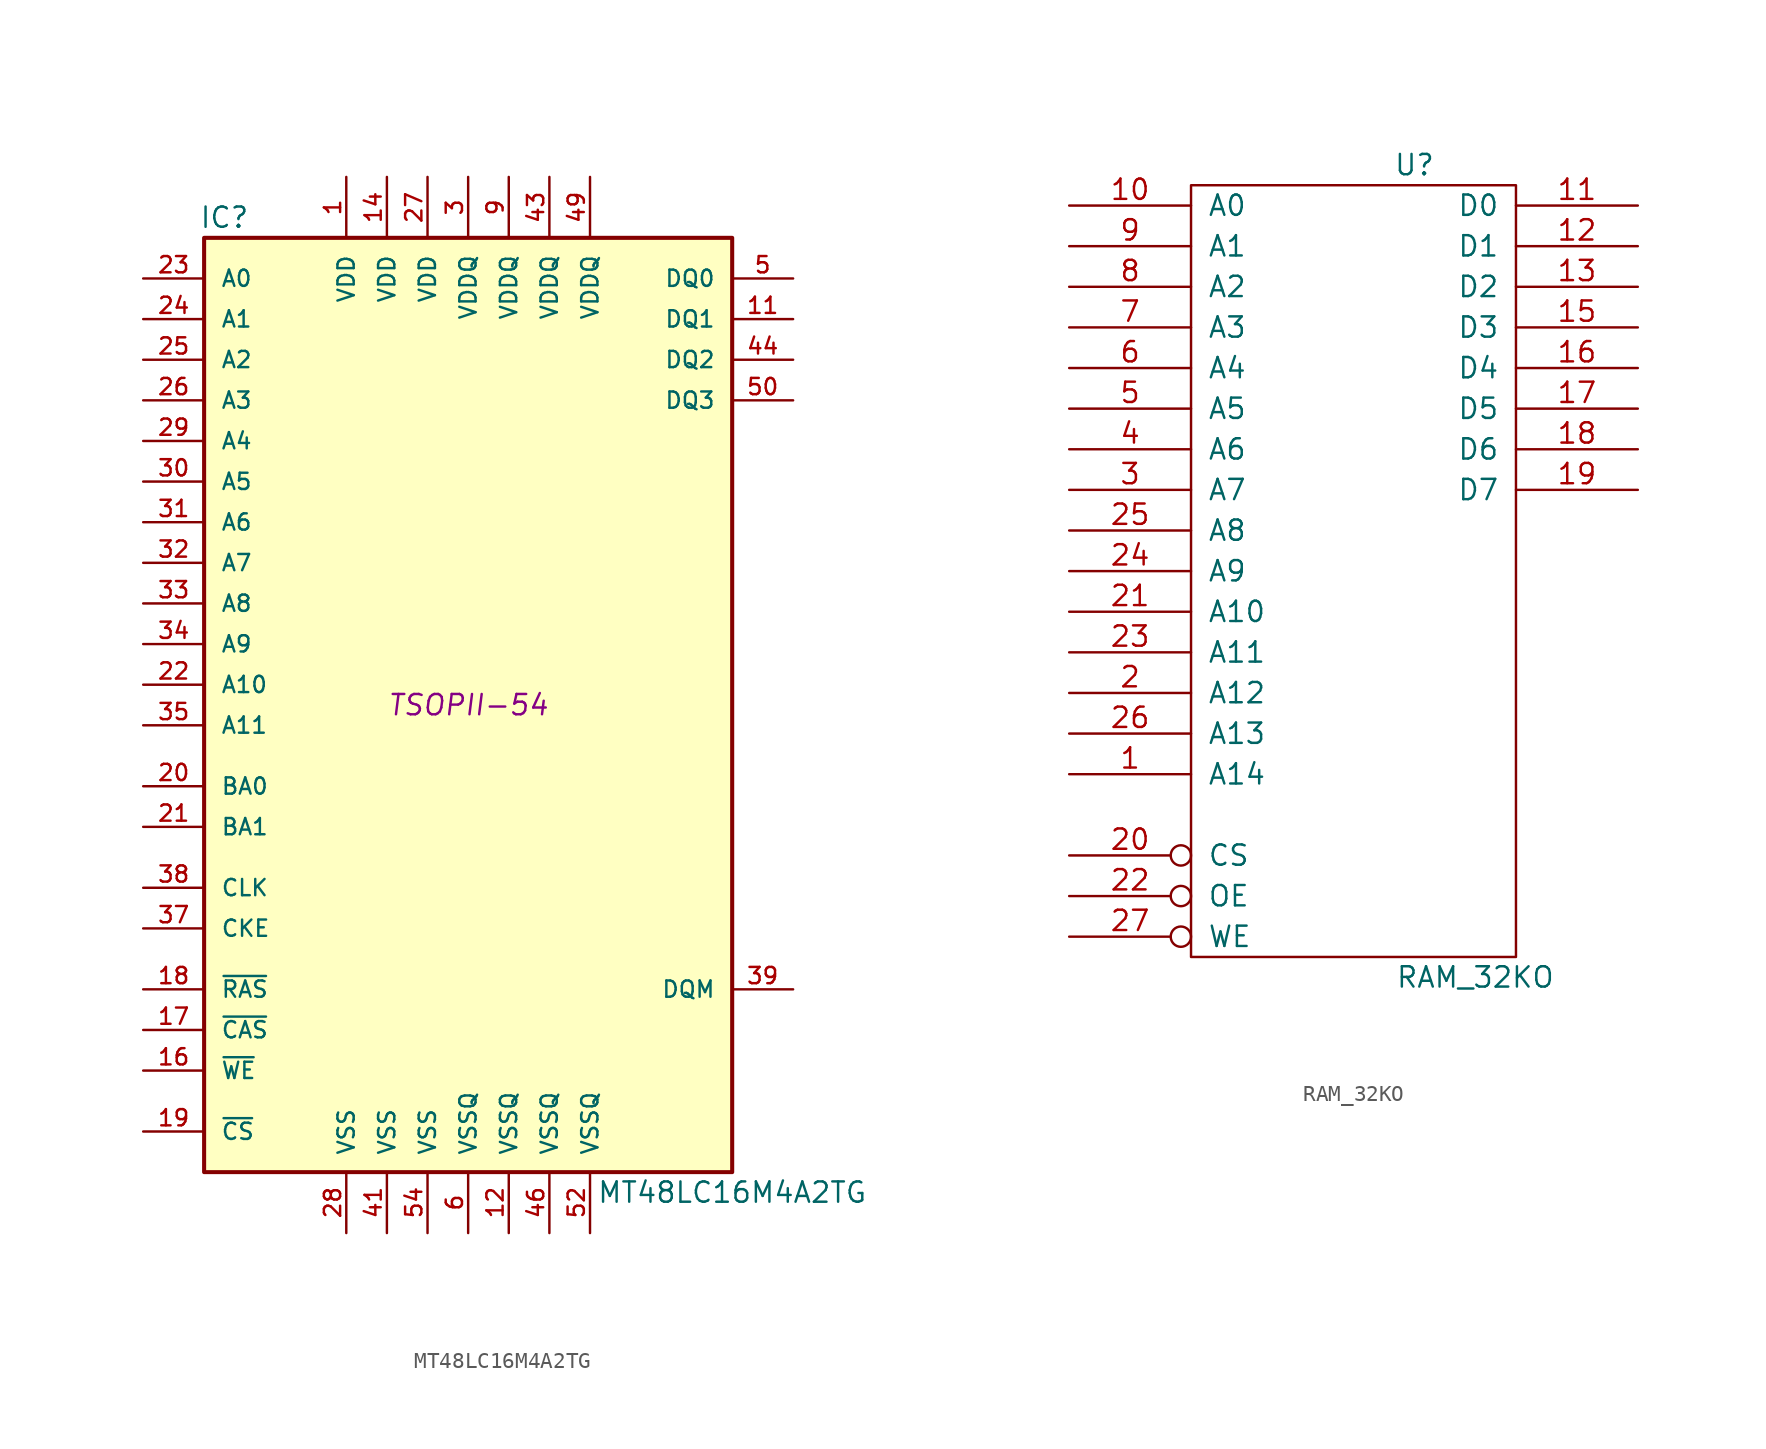
<source format=kicad_sym>
(kicad_symbol_lib
  (version 20231120)
  (generator "kicad_symbol_editor")
  (generator_version "8.0")
  (symbol "MT48LC16M4A2TG"
    (pin_names
      (offset 1.016))
    (property "Reference" "IC"
      (at -15.24 30.48 0)
      (effects (font (size 1.27 1.27))))
    (property "Value" "MT48LC16M4A2TG"
      (at 16.51 -30.48 0)
      (effects (font (size 1.27 1.27))))
    (property "Footprint" "TSOPII-54"
      (at 0 0 0)
      (effects (font (size 1.27 1.27) (italic yes))))
    (property "Datasheet" ""
      (at 0 -6.35 0)
      (effects (font (size 1.27 1.27))))
    (symbol "MT48LC16M4A2TG_0_1"
      (rectangle (start -16.51 29.21) (end 16.51 -29.21) (stroke (width 0.254) (type solid)) (fill (type background))))
    (symbol "MT48LC16M4A2TG_1_1"
      (pin power_in line (at -7.62 33.02 270) (length 3.81) (name "VDD" (effects (font (size 1.016 1.016)))) (number "1" (effects (font (size 1.016 1.016)))))
      (pin bidirectional line (at 20.32 24.13 180) (length 3.81) (name "DQ1" (effects (font (size 1.016 1.016)))) (number "11" (effects (font (size 1.016 1.016)))))
      (pin power_in line (at 2.54 -33.02 90) (length 3.81) (name "VSSQ" (effects (font (size 1.016 1.016)))) (number "12" (effects (font (size 1.016 1.016)))))
      (pin power_in line (at -5.08 33.02 270) (length 3.81) (name "VDD" (effects (font (size 1.016 1.016)))) (number "14" (effects (font (size 1.016 1.016)))))
      (pin input line (at -20.32 -22.86 0) (length 3.81) (name "~{WE}" (effects (font (size 1.016 1.016)))) (number "16" (effects (font (size 1.016 1.016)))))
      (pin input line (at -20.32 -20.32 0) (length 3.81) (name "~{CAS}" (effects (font (size 1.016 1.016)))) (number "17" (effects (font (size 1.016 1.016)))))
      (pin input line (at -20.32 -17.78 0) (length 3.81) (name "~{RAS}" (effects (font (size 1.016 1.016)))) (number "18" (effects (font (size 1.016 1.016)))))
      (pin input line (at -20.32 -26.67 0) (length 3.81) (name "~{CS}" (effects (font (size 1.016 1.016)))) (number "19" (effects (font (size 1.016 1.016)))))
      (pin input line (at -20.32 -5.08 0) (length 3.81) (name "BA0" (effects (font (size 1.016 1.016)))) (number "20" (effects (font (size 1.016 1.016)))))
      (pin input line (at -20.32 -7.62 0) (length 3.81) (name "BA1" (effects (font (size 1.016 1.016)))) (number "21" (effects (font (size 1.016 1.016)))))
      (pin input line (at -20.32 1.27 0) (length 3.81) (name "A10" (effects (font (size 1.016 1.016)))) (number "22" (effects (font (size 1.016 1.016)))))
      (pin input line (at -20.32 26.67 0) (length 3.81) (name "A0" (effects (font (size 1.016 1.016)))) (number "23" (effects (font (size 1.016 1.016)))))
      (pin input line (at -20.32 24.13 0) (length 3.81) (name "A1" (effects (font (size 1.016 1.016)))) (number "24" (effects (font (size 1.016 1.016)))))
      (pin input line (at -20.32 21.59 0) (length 3.81) (name "A2" (effects (font (size 1.016 1.016)))) (number "25" (effects (font (size 1.016 1.016)))))
      (pin input line (at -20.32 19.05 0) (length 3.81) (name "A3" (effects (font (size 1.016 1.016)))) (number "26" (effects (font (size 1.016 1.016)))))
      (pin power_in line (at -2.54 33.02 270) (length 3.81) (name "VDD" (effects (font (size 1.016 1.016)))) (number "27" (effects (font (size 1.016 1.016)))))
      (pin power_in line (at -7.62 -33.02 90) (length 3.81) (name "VSS" (effects (font (size 1.016 1.016)))) (number "28" (effects (font (size 1.016 1.016)))))
      (pin input line (at -20.32 16.51 0) (length 3.81) (name "A4" (effects (font (size 1.016 1.016)))) (number "29" (effects (font (size 1.016 1.016)))))
      (pin power_in line (at 0 33.02 270) (length 3.81) (name "VDDQ" (effects (font (size 1.016 1.016)))) (number "3" (effects (font (size 1.016 1.016)))))
      (pin input line (at -20.32 13.97 0) (length 3.81) (name "A5" (effects (font (size 1.016 1.016)))) (number "30" (effects (font (size 1.016 1.016)))))
      (pin input line (at -20.32 11.43 0) (length 3.81) (name "A6" (effects (font (size 1.016 1.016)))) (number "31" (effects (font (size 1.016 1.016)))))
      (pin input line (at -20.32 8.89 0) (length 3.81) (name "A7" (effects (font (size 1.016 1.016)))) (number "32" (effects (font (size 1.016 1.016)))))
      (pin input line (at -20.32 6.35 0) (length 3.81) (name "A8" (effects (font (size 1.016 1.016)))) (number "33" (effects (font (size 1.016 1.016)))))
      (pin input line (at -20.32 3.81 0) (length 3.81) (name "A9" (effects (font (size 1.016 1.016)))) (number "34" (effects (font (size 1.016 1.016)))))
      (pin input line (at -20.32 -1.27 0) (length 3.81) (name "A11" (effects (font (size 1.016 1.016)))) (number "35" (effects (font (size 1.016 1.016)))))
      (pin input line (at -20.32 -13.97 0) (length 3.81) (name "CKE" (effects (font (size 1.016 1.016)))) (number "37" (effects (font (size 1.016 1.016)))))
      (pin input line (at -20.32 -11.43 0) (length 3.81) (name "CLK" (effects (font (size 1.016 1.016)))) (number "38" (effects (font (size 1.016 1.016)))))
      (pin input line (at 20.32 -17.78 180) (length 3.81) (name "DQM" (effects (font (size 1.016 1.016)))) (number "39" (effects (font (size 1.016 1.016)))))
      (pin power_in line (at -5.08 -33.02 90) (length 3.81) (name "VSS" (effects (font (size 1.016 1.016)))) (number "41" (effects (font (size 1.016 1.016)))))
      (pin power_in line (at 5.08 33.02 270) (length 3.81) (name "VDDQ" (effects (font (size 1.016 1.016)))) (number "43" (effects (font (size 1.016 1.016)))))
      (pin bidirectional line (at 20.32 21.59 180) (length 3.81) (name "DQ2" (effects (font (size 1.016 1.016)))) (number "44" (effects (font (size 1.016 1.016)))))
      (pin power_in line (at 5.08 -33.02 90) (length 3.81) (name "VSSQ" (effects (font (size 1.016 1.016)))) (number "46" (effects (font (size 1.016 1.016)))))
      (pin power_in line (at 7.62 33.02 270) (length 3.81) (name "VDDQ" (effects (font (size 1.016 1.016)))) (number "49" (effects (font (size 1.016 1.016)))))
      (pin bidirectional line (at 20.32 26.67 180) (length 3.81) (name "DQ0" (effects (font (size 1.016 1.016)))) (number "5" (effects (font (size 1.016 1.016)))))
      (pin bidirectional line (at 20.32 19.05 180) (length 3.81) (name "DQ3" (effects (font (size 1.016 1.016)))) (number "50" (effects (font (size 1.016 1.016)))))
      (pin power_in line (at 7.62 -33.02 90) (length 3.81) (name "VSSQ" (effects (font (size 1.016 1.016)))) (number "52" (effects (font (size 1.016 1.016)))))
      (pin power_in line (at -2.54 -33.02 90) (length 3.81) (name "VSS" (effects (font (size 1.016 1.016)))) (number "54" (effects (font (size 1.016 1.016)))))
      (pin power_in line (at 0 -33.02 90) (length 3.81) (name "VSSQ" (effects (font (size 1.016 1.016)))) (number "6" (effects (font (size 1.016 1.016)))))
      (pin power_in line (at 2.54 33.02 270) (length 3.81) (name "VDDQ" (effects (font (size 1.016 1.016)))) (number "9" (effects (font (size 1.016 1.016)))))))
  (symbol "RAM_32KO"
    (pin_names
      (offset 1.016))
    (property "Reference" "U"
      (at 3.81 22.86 0)
      (effects (font (size 1.27 1.27))))
    (property "Value" "RAM_32KO"
      (at 7.62 -27.94 0)
      (effects (font (size 1.27 1.27))))
    (property "Footprint" ""
      (at 0 0 0)
      (effects (font (size 1.27 1.27))))
    (property "Datasheet" ""
      (at 0 0 0)
      (effects (font (size 1.27 1.27))))
    (symbol "RAM_32KO_0_0"
      (pin power_in line (at 0 -27.94 90) (length 1.27) hide (name "GND" (effects (font (size 1.27 1.27)))) (number "14" (effects (font (size 1.27 1.27)))))
      (pin power_in line (at 0 22.86 270) (length 1.27) hide (name "VCC" (effects (font (size 1.27 1.27)))) (number "28" (effects (font (size 1.27 1.27))))))
    (symbol "RAM_32KO_0_1"
      (rectangle (start -10.16 21.59) (end 10.16 -26.67) (stroke (width 0) (type solid)) (fill (type none))))
    (symbol "RAM_32KO_1_1"
      (pin input line (at -17.78 -15.24 0) (length 7.62) (name "A14" (effects (font (size 1.27 1.27)))) (number "1" (effects (font (size 1.27 1.27)))))
      (pin input line (at -17.78 20.32 0) (length 7.62) (name "A0" (effects (font (size 1.27 1.27)))) (number "10" (effects (font (size 1.27 1.27)))))
      (pin tri_state line (at 17.78 20.32 180) (length 7.62) (name "D0" (effects (font (size 1.27 1.27)))) (number "11" (effects (font (size 1.27 1.27)))))
      (pin tri_state line (at 17.78 17.78 180) (length 7.62) (name "D1" (effects (font (size 1.27 1.27)))) (number "12" (effects (font (size 1.27 1.27)))))
      (pin tri_state line (at 17.78 15.24 180) (length 7.62) (name "D2" (effects (font (size 1.27 1.27)))) (number "13" (effects (font (size 1.27 1.27)))))
      (pin tri_state line (at 17.78 12.7 180) (length 7.62) (name "D3" (effects (font (size 1.27 1.27)))) (number "15" (effects (font (size 1.27 1.27)))))
      (pin tri_state line (at 17.78 10.16 180) (length 7.62) (name "D4" (effects (font (size 1.27 1.27)))) (number "16" (effects (font (size 1.27 1.27)))))
      (pin tri_state line (at 17.78 7.62 180) (length 7.62) (name "D5" (effects (font (size 1.27 1.27)))) (number "17" (effects (font (size 1.27 1.27)))))
      (pin tri_state line (at 17.78 5.08 180) (length 7.62) (name "D6" (effects (font (size 1.27 1.27)))) (number "18" (effects (font (size 1.27 1.27)))))
      (pin tri_state line (at 17.78 2.54 180) (length 7.62) (name "D7" (effects (font (size 1.27 1.27)))) (number "19" (effects (font (size 1.27 1.27)))))
      (pin input line (at -17.78 -10.16 0) (length 7.62) (name "A12" (effects (font (size 1.27 1.27)))) (number "2" (effects (font (size 1.27 1.27)))))
      (pin input inverted (at -17.78 -20.32 0) (length 7.62) (name "CS" (effects (font (size 1.27 1.27)))) (number "20" (effects (font (size 1.27 1.27)))))
      (pin input line (at -17.78 -5.08 0) (length 7.62) (name "A10" (effects (font (size 1.27 1.27)))) (number "21" (effects (font (size 1.27 1.27)))))
      (pin input inverted (at -17.78 -22.86 0) (length 7.62) (name "OE" (effects (font (size 1.27 1.27)))) (number "22" (effects (font (size 1.27 1.27)))))
      (pin input line (at -17.78 -7.62 0) (length 7.62) (name "A11" (effects (font (size 1.27 1.27)))) (number "23" (effects (font (size 1.27 1.27)))))
      (pin input line (at -17.78 -2.54 0) (length 7.62) (name "A9" (effects (font (size 1.27 1.27)))) (number "24" (effects (font (size 1.27 1.27)))))
      (pin input line (at -17.78 0 0) (length 7.62) (name "A8" (effects (font (size 1.27 1.27)))) (number "25" (effects (font (size 1.27 1.27)))))
      (pin input line (at -17.78 -12.7 0) (length 7.62) (name "A13" (effects (font (size 1.27 1.27)))) (number "26" (effects (font (size 1.27 1.27)))))
      (pin input inverted (at -17.78 -25.4 0) (length 7.62) (name "WE" (effects (font (size 1.27 1.27)))) (number "27" (effects (font (size 1.27 1.27)))))
      (pin input line (at -17.78 2.54 0) (length 7.62) (name "A7" (effects (font (size 1.27 1.27)))) (number "3" (effects (font (size 1.27 1.27)))))
      (pin input line (at -17.78 5.08 0) (length 7.62) (name "A6" (effects (font (size 1.27 1.27)))) (number "4" (effects (font (size 1.27 1.27)))))
      (pin input line (at -17.78 7.62 0) (length 7.62) (name "A5" (effects (font (size 1.27 1.27)))) (number "5" (effects (font (size 1.27 1.27)))))
      (pin input line (at -17.78 10.16 0) (length 7.62) (name "A4" (effects (font (size 1.27 1.27)))) (number "6" (effects (font (size 1.27 1.27)))))
      (pin input line (at -17.78 12.7 0) (length 7.62) (name "A3" (effects (font (size 1.27 1.27)))) (number "7" (effects (font (size 1.27 1.27)))))
      (pin input line (at -17.78 15.24 0) (length 7.62) (name "A2" (effects (font (size 1.27 1.27)))) (number "8" (effects (font (size 1.27 1.27)))))
      (pin input line (at -17.78 17.78 0) (length 7.62) (name "A1" (effects (font (size 1.27 1.27)))) (number "9" (effects (font (size 1.27 1.27))))))))
</source>
